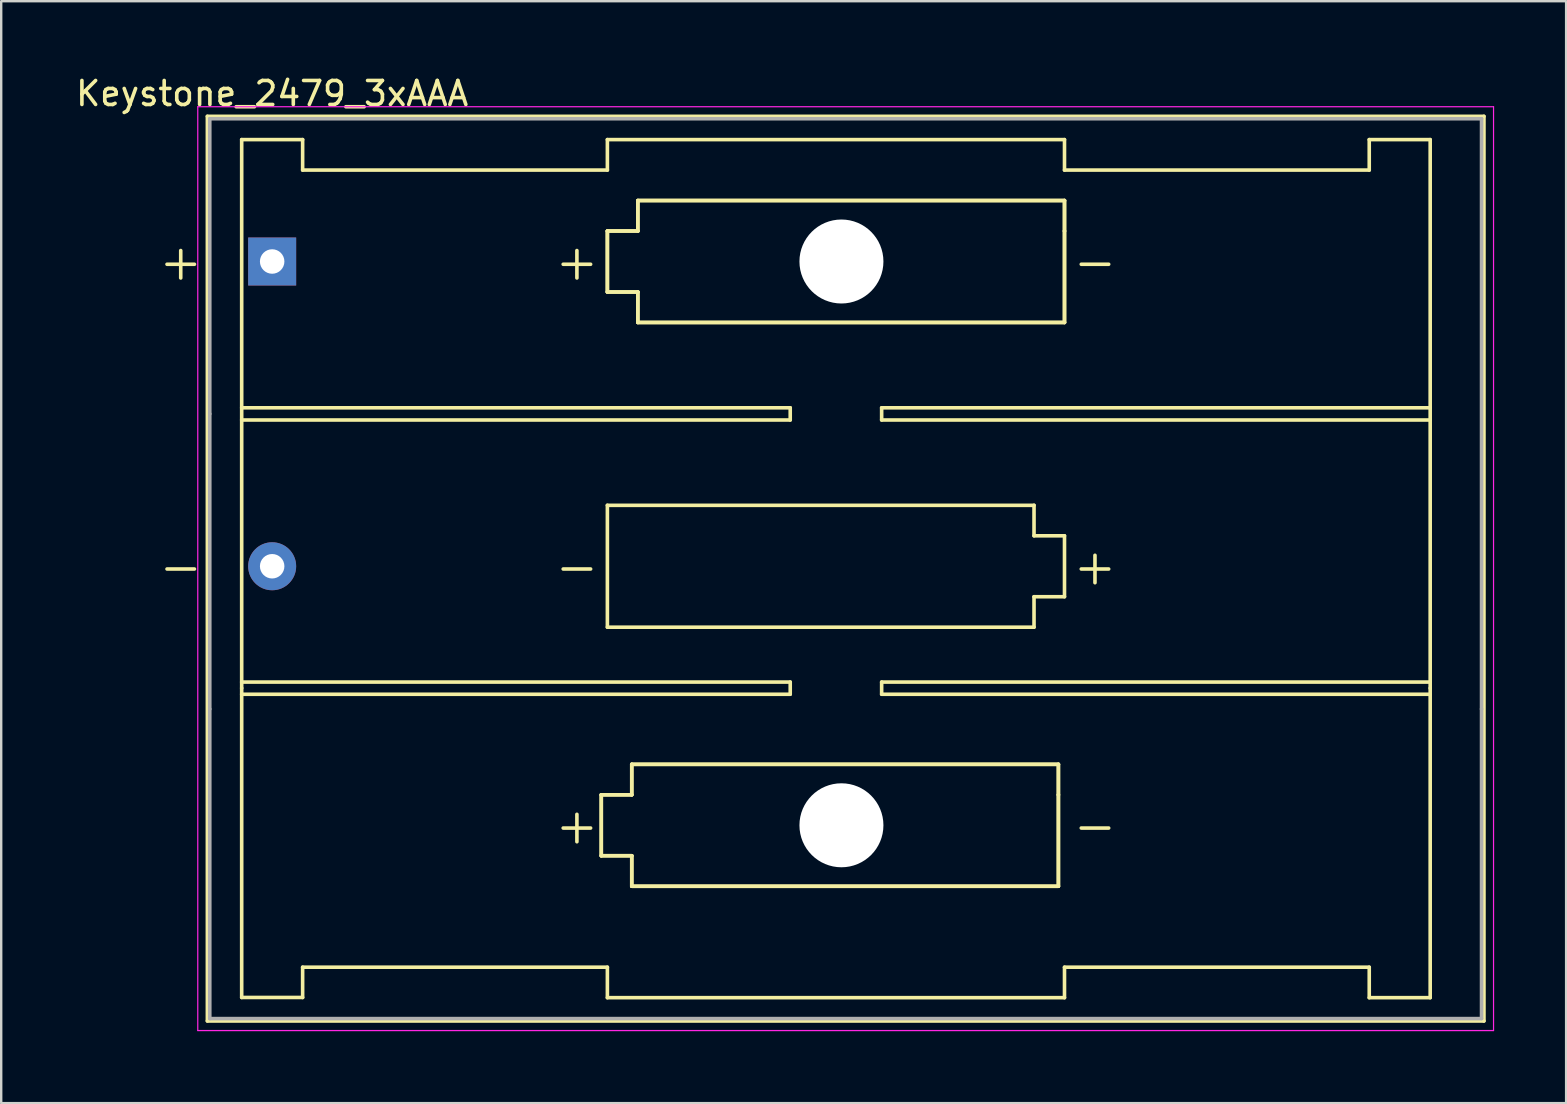
<source format=kicad_pcb>
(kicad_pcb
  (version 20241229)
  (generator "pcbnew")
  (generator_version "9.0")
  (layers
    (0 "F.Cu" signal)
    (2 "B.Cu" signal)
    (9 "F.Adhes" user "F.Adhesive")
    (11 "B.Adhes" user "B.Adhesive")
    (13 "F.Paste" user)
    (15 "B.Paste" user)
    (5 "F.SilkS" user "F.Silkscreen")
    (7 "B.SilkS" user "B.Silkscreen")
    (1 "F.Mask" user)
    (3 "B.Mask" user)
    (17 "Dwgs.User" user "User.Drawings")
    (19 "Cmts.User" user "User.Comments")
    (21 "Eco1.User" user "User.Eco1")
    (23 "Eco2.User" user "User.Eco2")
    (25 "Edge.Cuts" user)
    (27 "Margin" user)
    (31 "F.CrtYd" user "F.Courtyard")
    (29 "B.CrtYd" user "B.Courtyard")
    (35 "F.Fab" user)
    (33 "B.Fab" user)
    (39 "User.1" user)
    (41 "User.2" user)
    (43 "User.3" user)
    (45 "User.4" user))
  (footprint "Keystone_2479_3xAAA"
    (layer "F.Cu")
    (at 8.292 7.848)
    (property "Reference" "Keystone_2479_3xAAA" (at 0 -7 180) (layer "F.SilkS") (effects (font (size 1 1) (thickness 0.15))))
    (attr through_hole)
    (fp_line (start -2.7 -6.05) (end -2.7 31.65) (stroke (width 0.15) (type solid)) (layer "F.SilkS"))
    (fp_line (start -2.7 31.65) (end 50.5 31.65) (stroke (width 0.15) (type solid)) (layer "F.SilkS"))
    (fp_line (start -1.27 -5.08) (end -1.27 17.78) (stroke (width 0.15) (type solid)) (layer "F.SilkS"))
    (fp_line (start -1.27 6.096) (end 21.59 6.096) (stroke (width 0.15) (type solid)) (layer "F.SilkS"))
    (fp_line (start -1.27 17.526) (end 21.59 17.526) (stroke (width 0.15) (type solid)) (layer "F.SilkS"))
    (fp_line (start -1.27 17.78) (end -1.27 30.671) (stroke (width 0.15) (type solid)) (layer "F.SilkS"))
    (fp_line (start -1.27 30.671) (end 1.27 30.671) (stroke (width 0.15) (type solid)) (layer "F.SilkS"))
    (fp_line (start 1.27 -5.08) (end -1.27 -5.08) (stroke (width 0.15) (type solid)) (layer "F.SilkS"))
    (fp_line (start 1.27 -3.81) (end 1.27 -5.08) (stroke (width 0.15) (type solid)) (layer "F.SilkS"))
    (fp_line (start 1.27 -3.81) (end 13.97 -3.81) (stroke (width 0.15) (type solid)) (layer "F.SilkS"))
    (fp_line (start 1.27 29.41) (end 13.97 29.41) (stroke (width 0.15) (type solid)) (layer "F.SilkS"))
    (fp_line (start 1.27 30.671) (end 1.27 29.41) (stroke (width 0.15) (type solid)) (layer "F.SilkS"))
    (fp_line (start 13.716 22.225) (end 14.986 22.225) (stroke (width 0.15) (type solid)) (layer "F.SilkS"))
    (fp_line (start 13.716 22.225) (end 14.986 22.225) (stroke (width 0.15) (type solid)) (layer "F.SilkS"))
    (fp_line (start 13.716 24.765) (end 13.716 22.225) (stroke (width 0.15) (type solid)) (layer "F.SilkS"))
    (fp_line (start 13.716 24.765) (end 13.716 22.225) (stroke (width 0.15) (type solid)) (layer "F.SilkS"))
    (fp_line (start 13.97 -5.08) (end 13.97 -3.81) (stroke (width 0.15) (type solid)) (layer "F.SilkS"))
    (fp_line (start 13.97 -1.27) (end 15.24 -1.27) (stroke (width 0.15) (type solid)) (layer "F.SilkS"))
    (fp_line (start 13.97 -1.27) (end 15.24 -1.27) (stroke (width 0.15) (type solid)) (layer "F.SilkS"))
    (fp_line (start 13.97 1.27) (end 13.97 -1.27) (stroke (width 0.15) (type solid)) (layer "F.SilkS"))
    (fp_line (start 13.97 1.27) (end 13.97 -1.27) (stroke (width 0.15) (type solid)) (layer "F.SilkS"))
    (fp_line (start 13.97 10.16) (end 31.75 10.16) (stroke (width 0.15) (type solid)) (layer "F.SilkS"))
    (fp_line (start 13.97 15.24) (end 13.97 10.16) (stroke (width 0.15) (type solid)) (layer "F.SilkS"))
    (fp_line (start 13.97 29.41) (end 13.97 30.68) (stroke (width 0.15) (type solid)) (layer "F.SilkS"))
    (fp_line (start 13.97 30.68) (end 33.02 30.68) (stroke (width 0.15) (type solid)) (layer "F.SilkS"))
    (fp_line (start 14.986 20.955) (end 32.766 20.955) (stroke (width 0.15) (type solid)) (layer "F.SilkS"))
    (fp_line (start 14.986 20.955) (end 32.766 20.955) (stroke (width 0.15) (type solid)) (layer "F.SilkS"))
    (fp_line (start 14.986 22.225) (end 14.986 20.955) (stroke (width 0.15) (type solid)) (layer "F.SilkS"))
    (fp_line (start 14.986 22.225) (end 14.986 20.955) (stroke (width 0.15) (type solid)) (layer "F.SilkS"))
    (fp_line (start 14.986 24.765) (end 13.716 24.765) (stroke (width 0.15) (type solid)) (layer "F.SilkS"))
    (fp_line (start 14.986 24.765) (end 13.716 24.765) (stroke (width 0.15) (type solid)) (layer "F.SilkS"))
    (fp_line (start 14.986 26.035) (end 14.986 24.765) (stroke (width 0.15) (type solid)) (layer "F.SilkS"))
    (fp_line (start 14.986 26.035) (end 14.986 24.765) (stroke (width 0.15) (type solid)) (layer "F.SilkS"))
    (fp_line (start 15.24 -2.54) (end 33.02 -2.54) (stroke (width 0.15) (type solid)) (layer "F.SilkS"))
    (fp_line (start 15.24 -2.54) (end 33.02 -2.54) (stroke (width 0.15) (type solid)) (layer "F.SilkS"))
    (fp_line (start 15.24 -1.27) (end 15.24 -2.54) (stroke (width 0.15) (type solid)) (layer "F.SilkS"))
    (fp_line (start 15.24 -1.27) (end 15.24 -2.54) (stroke (width 0.15) (type solid)) (layer "F.SilkS"))
    (fp_line (start 15.24 1.27) (end 13.97 1.27) (stroke (width 0.15) (type solid)) (layer "F.SilkS"))
    (fp_line (start 15.24 1.27) (end 13.97 1.27) (stroke (width 0.15) (type solid)) (layer "F.SilkS"))
    (fp_line (start 15.24 2.54) (end 15.24 1.27) (stroke (width 0.15) (type solid)) (layer "F.SilkS"))
    (fp_line (start 15.24 2.54) (end 15.24 1.27) (stroke (width 0.15) (type solid)) (layer "F.SilkS"))
    (fp_line (start 21.59 6.096) (end 21.59 6.604) (stroke (width 0.15) (type solid)) (layer "F.SilkS"))
    (fp_line (start 21.59 6.604) (end -1.27 6.604) (stroke (width 0.15) (type solid)) (layer "F.SilkS"))
    (fp_line (start 21.59 17.526) (end 21.59 18.034) (stroke (width 0.15) (type solid)) (layer "F.SilkS"))
    (fp_line (start 21.59 18.034) (end -1.27 18.034) (stroke (width 0.15) (type solid)) (layer "F.SilkS"))
    (fp_line (start 25.4 6.096) (end 25.4 6.604) (stroke (width 0.15) (type solid)) (layer "F.SilkS"))
    (fp_line (start 25.4 6.604) (end 48.26 6.604) (stroke (width 0.15) (type solid)) (layer "F.SilkS"))
    (fp_line (start 25.4 17.526) (end 25.4 18.034) (stroke (width 0.15) (type solid)) (layer "F.SilkS"))
    (fp_line (start 25.4 18.034) (end 48.26 18.034) (stroke (width 0.15) (type solid)) (layer "F.SilkS"))
    (fp_line (start 31.75 10.16) (end 31.75 11.43) (stroke (width 0.15) (type solid)) (layer "F.SilkS"))
    (fp_line (start 31.75 11.43) (end 33.02 11.43) (stroke (width 0.15) (type solid)) (layer "F.SilkS"))
    (fp_line (start 31.75 13.97) (end 31.75 15.24) (stroke (width 0.15) (type solid)) (layer "F.SilkS"))
    (fp_line (start 31.75 15.24) (end 13.97 15.24) (stroke (width 0.15) (type solid)) (layer "F.SilkS"))
    (fp_line (start 32.766 20.955) (end 32.766 22.225) (stroke (width 0.15) (type solid)) (layer "F.SilkS"))
    (fp_line (start 32.766 20.955) (end 32.766 22.225) (stroke (width 0.15) (type solid)) (layer "F.SilkS"))
    (fp_line (start 32.766 22.225) (end 32.766 26.035) (stroke (width 0.15) (type solid)) (layer "F.SilkS"))
    (fp_line (start 32.766 22.225) (end 32.766 26.035) (stroke (width 0.15) (type solid)) (layer "F.SilkS"))
    (fp_line (start 32.766 26.035) (end 14.986 26.035) (stroke (width 0.15) (type solid)) (layer "F.SilkS"))
    (fp_line (start 32.766 26.035) (end 14.986 26.035) (stroke (width 0.15) (type solid)) (layer "F.SilkS"))
    (fp_line (start 33.02 -5.08) (end 13.97 -5.08) (stroke (width 0.15) (type solid)) (layer "F.SilkS"))
    (fp_line (start 33.02 -3.81) (end 33.02 -5.08) (stroke (width 0.15) (type solid)) (layer "F.SilkS"))
    (fp_line (start 33.02 -2.54) (end 33.02 -1.27) (stroke (width 0.15) (type solid)) (layer "F.SilkS"))
    (fp_line (start 33.02 -2.54) (end 33.02 -1.27) (stroke (width 0.15) (type solid)) (layer "F.SilkS"))
    (fp_line (start 33.02 -1.27) (end 33.02 2.54) (stroke (width 0.15) (type solid)) (layer "F.SilkS"))
    (fp_line (start 33.02 -1.27) (end 33.02 2.54) (stroke (width 0.15) (type solid)) (layer "F.SilkS"))
    (fp_line (start 33.02 2.54) (end 15.24 2.54) (stroke (width 0.15) (type solid)) (layer "F.SilkS"))
    (fp_line (start 33.02 2.54) (end 15.24 2.54) (stroke (width 0.15) (type solid)) (layer "F.SilkS"))
    (fp_line (start 33.02 11.43) (end 33.02 13.97) (stroke (width 0.15) (type solid)) (layer "F.SilkS"))
    (fp_line (start 33.02 13.97) (end 31.75 13.97) (stroke (width 0.15) (type solid)) (layer "F.SilkS"))
    (fp_line (start 33.02 30.68) (end 33.02 29.41) (stroke (width 0.15) (type solid)) (layer "F.SilkS"))
    (fp_line (start 45.72 -5.08) (end 45.72 -3.81) (stroke (width 0.15) (type solid)) (layer "F.SilkS"))
    (fp_line (start 45.72 -3.81) (end 33.02 -3.81) (stroke (width 0.15) (type solid)) (layer "F.SilkS"))
    (fp_line (start 45.72 29.41) (end 33.02 29.41) (stroke (width 0.15) (type solid)) (layer "F.SilkS"))
    (fp_line (start 45.72 30.68) (end 45.72 29.41) (stroke (width 0.15) (type solid)) (layer "F.SilkS"))
    (fp_line (start 48.26 -5.08) (end 45.72 -5.08) (stroke (width 0.15) (type solid)) (layer "F.SilkS"))
    (fp_line (start 48.26 -5.08) (end 48.26 17.78) (stroke (width 0.15) (type solid)) (layer "F.SilkS"))
    (fp_line (start 48.26 6.096) (end 25.4 6.096) (stroke (width 0.15) (type solid)) (layer "F.SilkS"))
    (fp_line (start 48.26 17.526) (end 25.4 17.526) (stroke (width 0.15) (type solid)) (layer "F.SilkS"))
    (fp_line (start 48.26 17.78) (end 48.26 30.68) (stroke (width 0.15) (type solid)) (layer "F.SilkS"))
    (fp_line (start 48.26 30.68) (end 45.72 30.68) (stroke (width 0.15) (type solid)) (layer "F.SilkS"))
    (fp_line (start 50.5 -6.05) (end -2.7 -6.05) (stroke (width 0.15) (type solid)) (layer "F.SilkS"))
    (fp_line (start 50.5 31.65) (end 50.5 -6.05) (stroke (width 0.15) (type solid)) (layer "F.SilkS"))
    (fp_line (start -3.1 -6.45) (end 50.9 -6.45) (stroke (width 0.05) (type solid)) (layer "F.CrtYd"))
    (fp_line (start -3.1 32.05) (end -3.1 -6.45) (stroke (width 0.05) (type solid)) (layer "F.CrtYd"))
    (fp_line (start 50.9 -6.45) (end 50.9 32.05) (stroke (width 0.05) (type solid)) (layer "F.CrtYd"))
    (fp_line (start 50.9 32.05) (end -3.1 32.05) (stroke (width 0.05) (type solid)) (layer "F.CrtYd"))
    (fp_line (start -2.6 -5.95) (end 50.4 -5.95) (stroke (width 0.15) (type solid)) (layer "F.Fab"))
    (fp_line (start -2.6 6.35) (end -2.6 -5.95) (stroke (width 0.15) (type solid)) (layer "F.Fab"))
    (fp_line (start -2.6 18.65) (end -2.6 6.35) (stroke (width 0.15) (type solid)) (layer "F.Fab"))
    (fp_line (start -2.6 18.65) (end -2.6 31.55) (stroke (width 0.15) (type solid)) (layer "F.Fab"))
    (fp_line (start -2.6 31.55) (end 50.4 31.55) (stroke (width 0.15) (type solid)) (layer "F.Fab"))
    (fp_line (start 50.4 18.65) (end 50.4 -5.95) (stroke (width 0.15) (type solid)) (layer "F.Fab"))
    (fp_line (start 50.4 18.65) (end 50.4 31.55) (stroke (width 0.15) (type solid)) (layer "F.Fab"))
    (fp_text user "-" (at 12.7 12.7 0) (layer "F.SilkS") (effects (font (size 1.5 1.5) (thickness 0.15))))
    (fp_text user "+" (at 12.7 23.495 0) (layer "F.SilkS") (effects (font (size 1.5 1.5) (thickness 0.15))))
    (fp_text user "-" (at 34.29 23.495 0) (layer "F.SilkS") (effects (font (size 1.5 1.5) (thickness 0.15))))
    (fp_text user "+" (at 12.7 0 0) (layer "F.SilkS") (effects (font (size 1.5 1.5) (thickness 0.15))))
    (fp_text user "+" (at -3.81 0 0) (layer "F.SilkS") (effects (font (size 1.5 1.5) (thickness 0.15))))
    (fp_text user "-" (at 34.29 0 0) (layer "F.SilkS") (effects (font (size 1.5 1.5) (thickness 0.15))))
    (fp_text user "-" (at -3.81 12.7 0) (layer "F.SilkS") (effects (font (size 1.5 1.5) (thickness 0.15))))
    (fp_text user "+" (at 34.29 12.7 0) (layer "F.SilkS") (effects (font (size 1.5 1.5) (thickness 0.15))))
    (pad "" np_thru_hole circle (at 23.724 0) (size 3.5 3.5) (drill 3.5) (layers "*.Cu" "*.Mask"))
    (pad "" np_thru_hole circle (at 23.724 23.495) (size 3.5 3.5) (drill 3.5) (layers "*.Cu" "*.Mask"))
    (pad "1" thru_hole rect (at 0 0) (size 2 2) (drill 1.02) (layers "*.Cu" "*.Mask"))
    (pad "2" thru_hole circle (at 0 12.7) (size 2 2) (drill 1.02) (layers "*.Cu" "*.Mask")))
  (gr_rect
    (start -3 -3)
    (end 62.217 42.923)
    (stroke (width 0.1) (type default))
    (fill no)
    (layer "Edge.Cuts")))
</source>
